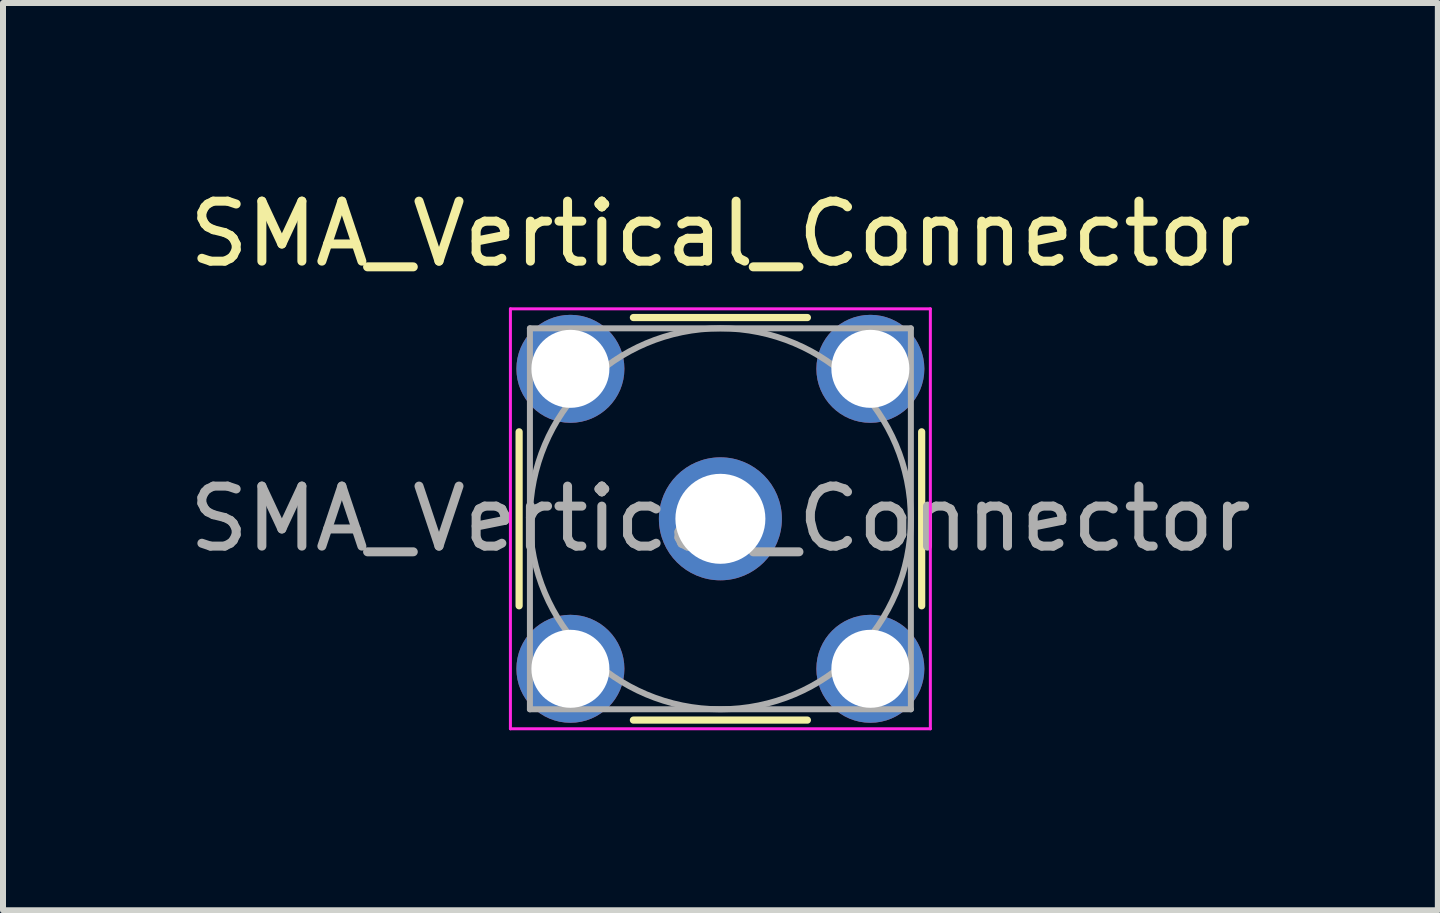
<source format=kicad_pcb>
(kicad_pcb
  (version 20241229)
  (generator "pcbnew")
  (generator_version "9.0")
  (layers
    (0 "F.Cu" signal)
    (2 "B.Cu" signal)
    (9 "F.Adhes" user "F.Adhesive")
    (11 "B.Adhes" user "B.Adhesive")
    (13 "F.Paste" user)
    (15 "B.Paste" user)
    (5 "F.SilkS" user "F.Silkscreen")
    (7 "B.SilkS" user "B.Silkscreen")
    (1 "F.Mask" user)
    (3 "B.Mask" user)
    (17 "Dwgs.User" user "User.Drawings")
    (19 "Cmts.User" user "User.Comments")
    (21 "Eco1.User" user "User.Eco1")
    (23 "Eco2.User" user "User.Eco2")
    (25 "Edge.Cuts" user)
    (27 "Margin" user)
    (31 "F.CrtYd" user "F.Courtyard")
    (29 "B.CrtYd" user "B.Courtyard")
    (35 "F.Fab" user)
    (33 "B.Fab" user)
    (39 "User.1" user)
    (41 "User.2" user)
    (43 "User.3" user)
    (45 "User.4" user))
  (footprint "SMA_Vertical_Connector"
    (layer "F.Cu")
    (at 8.958 5.598)
    (property "Reference" "SMA_Vertical_Connector" (at 0 -4.75 0) (layer "F.SilkS") (effects (font (size 1 1) (thickness 0.15))))
    (attr through_hole)
    (fp_line (start -3.355 -1.45) (end -3.355 1.45) (stroke (width 0.12) (type solid)) (layer "F.SilkS"))
    (fp_line (start -1.45 -3.355) (end 1.45 -3.355) (stroke (width 0.12) (type solid)) (layer "F.SilkS"))
    (fp_line (start -1.45 3.355) (end 1.45 3.355) (stroke (width 0.12) (type solid)) (layer "F.SilkS"))
    (fp_line (start 3.355 -1.45) (end 3.355 1.45) (stroke (width 0.12) (type solid)) (layer "F.SilkS"))
    (fp_line (start -3.5 -3.5) (end -3.5 3.5) (stroke (width 0.05) (type solid)) (layer "F.CrtYd"))
    (fp_line (start -3.5 -3.5) (end 3.5 -3.5) (stroke (width 0.05) (type solid)) (layer "F.CrtYd"))
    (fp_line (start 3.5 3.5) (end -3.5 3.5) (stroke (width 0.05) (type solid)) (layer "F.CrtYd"))
    (fp_line (start 3.5 3.5) (end 3.5 -3.5) (stroke (width 0.05) (type solid)) (layer "F.CrtYd"))
    (fp_line (start -3.175 -3.175) (end -3.175 3.175) (stroke (width 0.1) (type solid)) (layer "F.Fab"))
    (fp_line (start -3.175 -3.175) (end 3.175 -3.175) (stroke (width 0.1) (type solid)) (layer "F.Fab"))
    (fp_line (start -3.175 3.175) (end 3.175 3.175) (stroke (width 0.1) (type solid)) (layer "F.Fab"))
    (fp_line (start 3.175 -3.175) (end 3.175 3.175) (stroke (width 0.1) (type solid)) (layer "F.Fab"))
    (fp_circle (center 0 0) (end 3.175 0) (stroke (width 0.1) (type solid)) (fill no) (layer "F.Fab"))
    (fp_text user "${REFERENCE}" (at 0 0 0) (layer "F.Fab") (effects (font (size 1 1) (thickness 0.15))))
    (pad "1" thru_hole circle (at 0 0) (size 2.05 2.05) (drill 1.5) (layers "*.Cu" "*.Mask"))
    (pad "2" thru_hole circle (at -2.5 -2.5) (size 1.8 1.8) (drill 1.3) (layers "*.Cu" "*.Mask"))
    (pad "2" thru_hole circle (at -2.5 2.5) (size 1.8 1.8) (drill 1.3) (layers "*.Cu" "*.Mask"))
    (pad "2" thru_hole circle (at 2.5 -2.5) (size 1.8 1.8) (drill 1.3) (layers "*.Cu" "*.Mask"))
    (pad "2" thru_hole circle (at 2.5 2.5) (size 1.8 1.8) (drill 1.3) (layers "*.Cu" "*.Mask")))
  (gr_rect
    (start -3 -3)
    (end 20.917 12.123)
    (stroke (width 0.1) (type default))
    (fill no)
    (layer "Edge.Cuts")))
</source>
